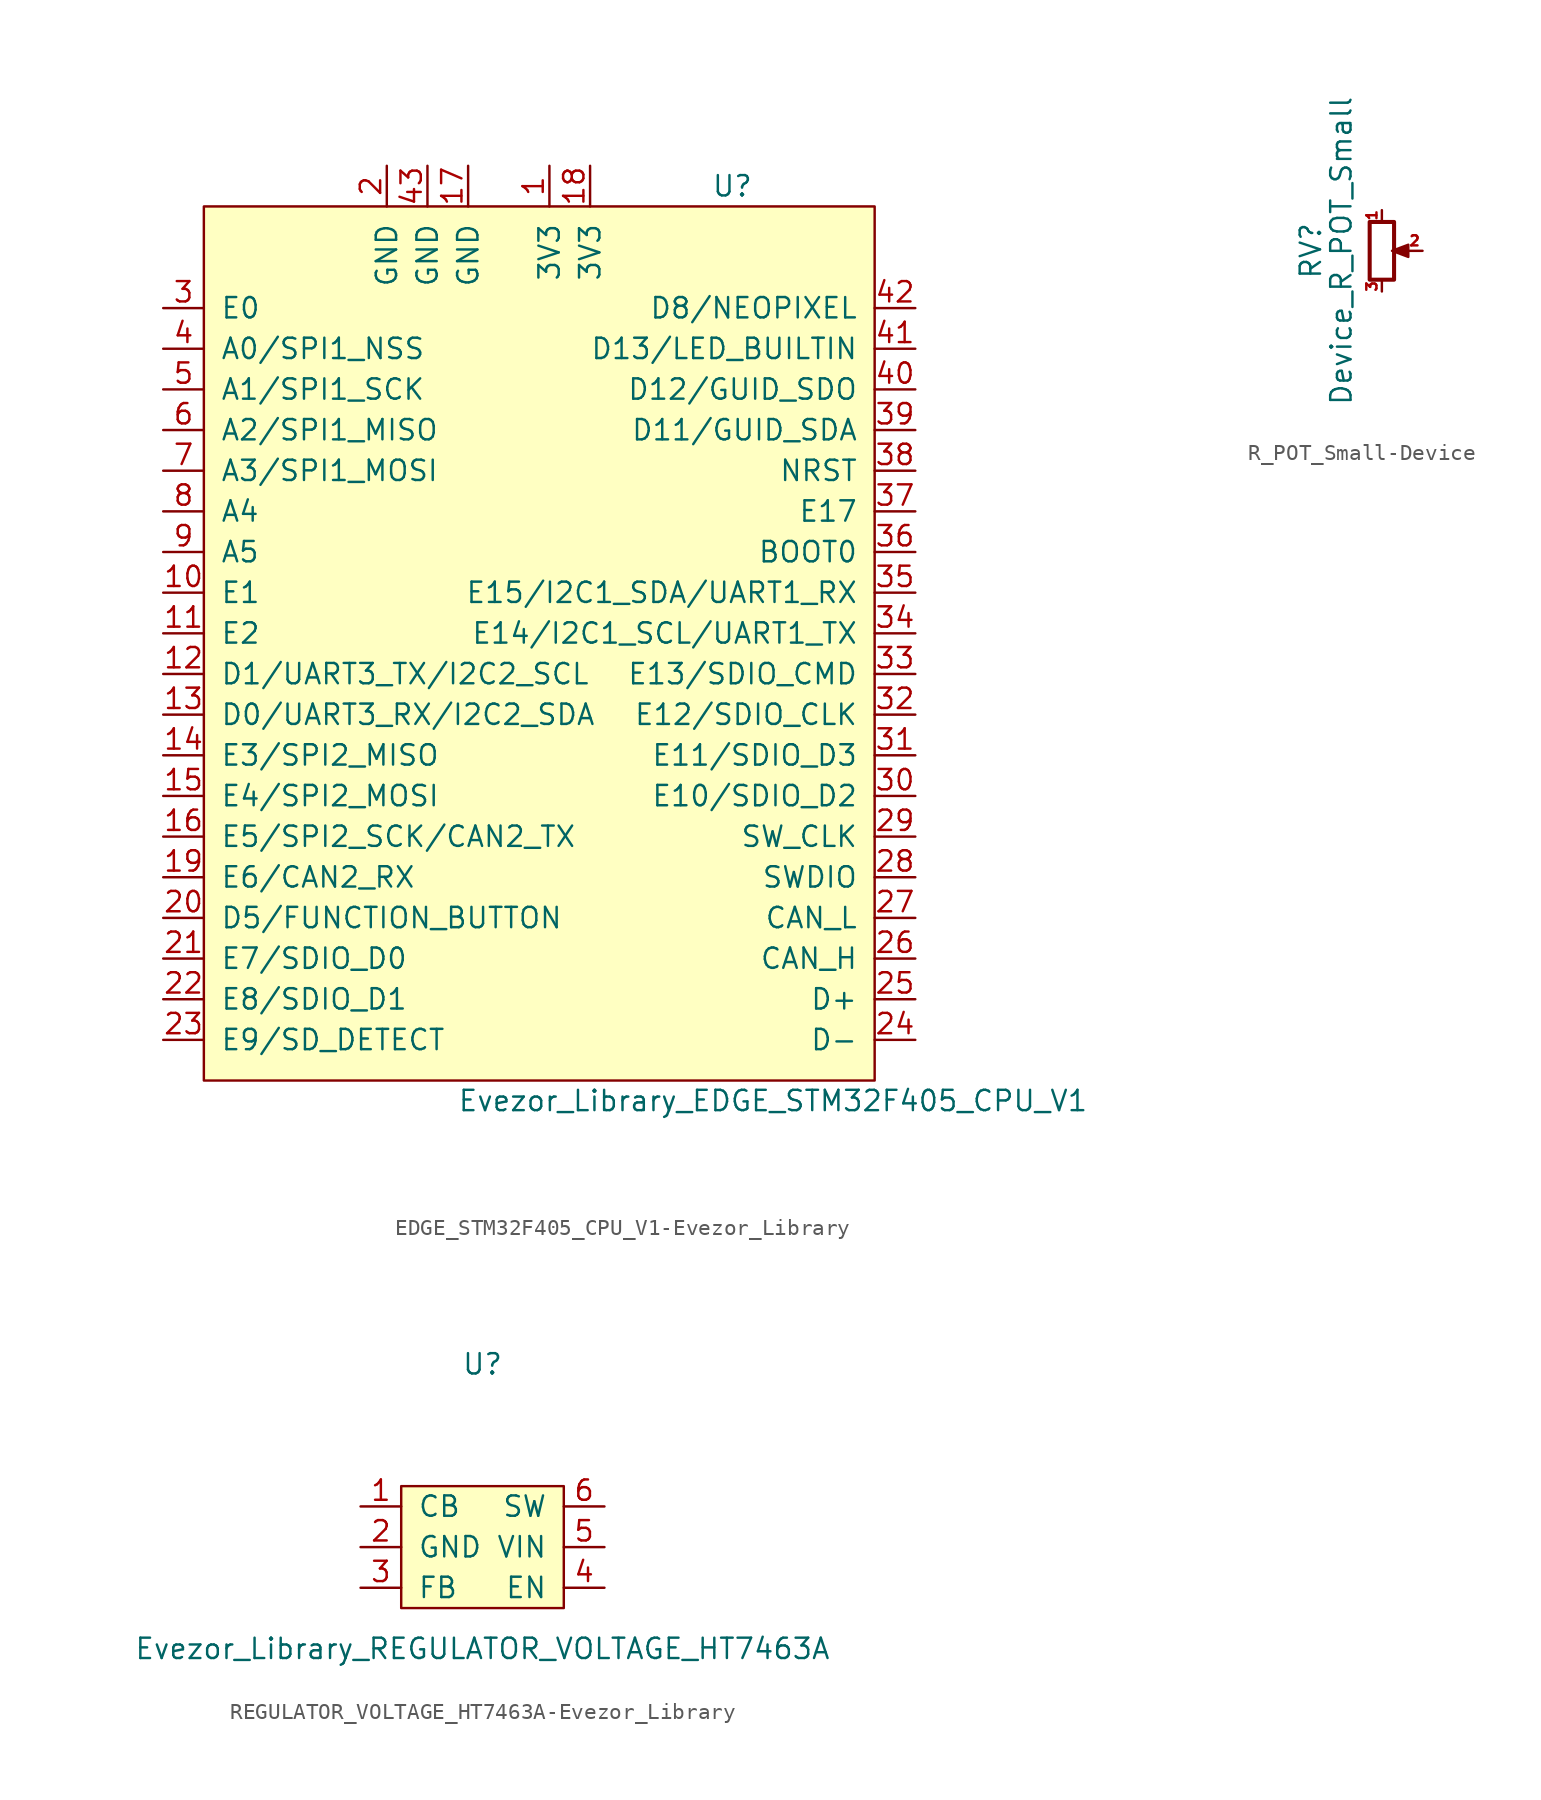
<source format=kicad_sym>
(kicad_symbol_lib
  (version 20220914)
  (generator kicad_symbol_editor)
  (symbol "EDGE_STM32F405_CPU_V1-Evezor_Library"
    (pin_names
      (offset 1.016))
    (property "Reference" "U"
      (at 13.97 15.24 0)
      (effects (font (size 1.27 1.27))))
    (property "Value" "Evezor_Library_EDGE_STM32F405_CPU_V1"
      (at 16.51 -41.91 0)
      (effects (font (size 1.27 1.27))))
    (symbol "EDGE_STM32F405_CPU_V1-Evezor_Library_0_1"
      (rectangle (start -19.05 13.97) (end 22.86 -40.64) (stroke (width 0) (type solid)) (fill (type background))))
    (symbol "EDGE_STM32F405_CPU_V1-Evezor_Library_1_1"
      (pin input line (at 2.54 16.51 270) (length 2.54) (name "3V3" (effects (font (size 1.27 1.27)))) (number "1" (effects (font (size 1.27 1.27)))))
      (pin input line (at -21.59 -10.16 0) (length 2.54) (name "E1" (effects (font (size 1.27 1.27)))) (number "10" (effects (font (size 1.27 1.27)))))
      (pin input line (at -21.59 -12.7 0) (length 2.54) (name "E2" (effects (font (size 1.27 1.27)))) (number "11" (effects (font (size 1.27 1.27)))))
      (pin input line (at -21.59 -15.24 0) (length 2.54) (name "D1/UART3_TX/I2C2_SCL" (effects (font (size 1.27 1.27)))) (number "12" (effects (font (size 1.27 1.27)))))
      (pin input line (at -21.59 -17.78 0) (length 2.54) (name "D0/UART3_RX/I2C2_SDA" (effects (font (size 1.27 1.27)))) (number "13" (effects (font (size 1.27 1.27)))))
      (pin input line (at -21.59 -20.32 0) (length 2.54) (name "E3/SPI2_MISO" (effects (font (size 1.27 1.27)))) (number "14" (effects (font (size 1.27 1.27)))))
      (pin input line (at -21.59 -22.86 0) (length 2.54) (name "E4/SPI2_MOSI" (effects (font (size 1.27 1.27)))) (number "15" (effects (font (size 1.27 1.27)))))
      (pin input line (at -21.59 -25.4 0) (length 2.54) (name "E5/SPI2_SCK/CAN2_TX" (effects (font (size 1.27 1.27)))) (number "16" (effects (font (size 1.27 1.27)))))
      (pin input line (at -2.54 16.51 270) (length 2.54) (name "GND" (effects (font (size 1.27 1.27)))) (number "17" (effects (font (size 1.27 1.27)))))
      (pin input line (at 5.08 16.51 270) (length 2.54) (name "3V3" (effects (font (size 1.27 1.27)))) (number "18" (effects (font (size 1.27 1.27)))))
      (pin input line (at -21.59 -27.94 0) (length 2.54) (name "E6/CAN2_RX" (effects (font (size 1.27 1.27)))) (number "19" (effects (font (size 1.27 1.27)))))
      (pin input line (at -7.62 16.51 270) (length 2.54) (name "GND" (effects (font (size 1.27 1.27)))) (number "2" (effects (font (size 1.27 1.27)))))
      (pin input line (at -21.59 -30.48 0) (length 2.54) (name "D5/FUNCTION_BUTTON" (effects (font (size 1.27 1.27)))) (number "20" (effects (font (size 1.27 1.27)))))
      (pin input line (at -21.59 -33.02 0) (length 2.54) (name "E7/SDIO_D0" (effects (font (size 1.27 1.27)))) (number "21" (effects (font (size 1.27 1.27)))))
      (pin input line (at -21.59 -35.56 0) (length 2.54) (name "E8/SDIO_D1" (effects (font (size 1.27 1.27)))) (number "22" (effects (font (size 1.27 1.27)))))
      (pin input line (at -21.59 -38.1 0) (length 2.54) (name "E9/SD_DETECT" (effects (font (size 1.27 1.27)))) (number "23" (effects (font (size 1.27 1.27)))))
      (pin input line (at 25.4 -38.1 180) (length 2.54) (name "D-" (effects (font (size 1.27 1.27)))) (number "24" (effects (font (size 1.27 1.27)))))
      (pin input line (at 25.4 -35.56 180) (length 2.54) (name "D+" (effects (font (size 1.27 1.27)))) (number "25" (effects (font (size 1.27 1.27)))))
      (pin input line (at 25.4 -33.02 180) (length 2.54) (name "CAN_H" (effects (font (size 1.27 1.27)))) (number "26" (effects (font (size 1.27 1.27)))))
      (pin input line (at 25.4 -30.48 180) (length 2.54) (name "CAN_L" (effects (font (size 1.27 1.27)))) (number "27" (effects (font (size 1.27 1.27)))))
      (pin input line (at 25.4 -27.94 180) (length 2.54) (name "SWDIO" (effects (font (size 1.27 1.27)))) (number "28" (effects (font (size 1.27 1.27)))))
      (pin input line (at 25.4 -25.4 180) (length 2.54) (name "SW_CLK" (effects (font (size 1.27 1.27)))) (number "29" (effects (font (size 1.27 1.27)))))
      (pin input line (at -21.59 7.62 0) (length 2.54) (name "E0" (effects (font (size 1.27 1.27)))) (number "3" (effects (font (size 1.27 1.27)))))
      (pin input line (at 25.4 -22.86 180) (length 2.54) (name "E10/SDIO_D2" (effects (font (size 1.27 1.27)))) (number "30" (effects (font (size 1.27 1.27)))))
      (pin input line (at 25.4 -20.32 180) (length 2.54) (name "E11/SDIO_D3" (effects (font (size 1.27 1.27)))) (number "31" (effects (font (size 1.27 1.27)))))
      (pin input line (at 25.4 -17.78 180) (length 2.54) (name "E12/SDIO_CLK" (effects (font (size 1.27 1.27)))) (number "32" (effects (font (size 1.27 1.27)))))
      (pin input line (at 25.4 -15.24 180) (length 2.54) (name "E13/SDIO_CMD" (effects (font (size 1.27 1.27)))) (number "33" (effects (font (size 1.27 1.27)))))
      (pin input line (at 25.4 -12.7 180) (length 2.54) (name "E14/I2C1_SCL/UART1_TX" (effects (font (size 1.27 1.27)))) (number "34" (effects (font (size 1.27 1.27)))))
      (pin input line (at 25.4 -10.16 180) (length 2.54) (name "E15/I2C1_SDA/UART1_RX" (effects (font (size 1.27 1.27)))) (number "35" (effects (font (size 1.27 1.27)))))
      (pin input line (at 25.4 -7.62 180) (length 2.54) (name "BOOT0" (effects (font (size 1.27 1.27)))) (number "36" (effects (font (size 1.27 1.27)))))
      (pin input line (at 25.4 -5.08 180) (length 2.54) (name "E17" (effects (font (size 1.27 1.27)))) (number "37" (effects (font (size 1.27 1.27)))))
      (pin input line (at 25.4 -2.54 180) (length 2.54) (name "NRST" (effects (font (size 1.27 1.27)))) (number "38" (effects (font (size 1.27 1.27)))))
      (pin input line (at 25.4 0 180) (length 2.54) (name "D11/GUID_SDA" (effects (font (size 1.27 1.27)))) (number "39" (effects (font (size 1.27 1.27)))))
      (pin input line (at -21.59 5.08 0) (length 2.54) (name "A0/SPI1_NSS" (effects (font (size 1.27 1.27)))) (number "4" (effects (font (size 1.27 1.27)))))
      (pin input line (at 25.4 2.54 180) (length 2.54) (name "D12/GUID_SDO" (effects (font (size 1.27 1.27)))) (number "40" (effects (font (size 1.27 1.27)))))
      (pin input line (at 25.4 5.08 180) (length 2.54) (name "D13/LED_BUILTIN" (effects (font (size 1.27 1.27)))) (number "41" (effects (font (size 1.27 1.27)))))
      (pin input line (at 25.4 7.62 180) (length 2.54) (name "D8/NEOPIXEL" (effects (font (size 1.27 1.27)))) (number "42" (effects (font (size 1.27 1.27)))))
      (pin input line (at -5.08 16.51 270) (length 2.54) (name "GND" (effects (font (size 1.27 1.27)))) (number "43" (effects (font (size 1.27 1.27)))))
      (pin input line (at -21.59 2.54 0) (length 2.54) (name "A1/SPI1_SCK" (effects (font (size 1.27 1.27)))) (number "5" (effects (font (size 1.27 1.27)))))
      (pin input line (at -21.59 0 0) (length 2.54) (name "A2/SPI1_MISO" (effects (font (size 1.27 1.27)))) (number "6" (effects (font (size 1.27 1.27)))))
      (pin input line (at -21.59 -2.54 0) (length 2.54) (name "A3/SPI1_MOSI" (effects (font (size 1.27 1.27)))) (number "7" (effects (font (size 1.27 1.27)))))
      (pin input line (at -21.59 -5.08 0) (length 2.54) (name "A4" (effects (font (size 1.27 1.27)))) (number "8" (effects (font (size 1.27 1.27)))))
      (pin input line (at -21.59 -7.62 0) (length 2.54) (name "A5" (effects (font (size 1.27 1.27)))) (number "9" (effects (font (size 1.27 1.27)))))))
  (symbol "R_POT_Small-Device"
    (pin_names
      (offset 1.016) hide)
    (property "Reference" "RV"
      (at -4.445 0 90)
      (effects (font (size 1.27 1.27))))
    (property "Value" "Device_R_POT_Small"
      (at -2.54 0 90)
      (effects (font (size 1.27 1.27))))
    (symbol "R_POT_Small-Device_0_1"
      (polyline (pts (xy 0.889 0) (xy 0.635 0) (xy 1.651 0.381) (xy 1.651 -0.381) (xy 0.635 0) (xy 0.889 0)) (stroke (width 0) (type solid)) (fill (type outline)))
      (rectangle (start 0.762 1.803) (end -0.762 -1.803) (stroke (width 0.254) (type solid)) (fill (type none))))
    (symbol "R_POT_Small-Device_1_1"
      (pin passive line (at 0 2.54 270) (length 0.635) (name "1" (effects (font (size 0.635 0.635)))) (number "1" (effects (font (size 0.635 0.635)))))
      (pin passive line (at 2.54 0 180) (length 0.991) (name "2" (effects (font (size 0.635 0.635)))) (number "2" (effects (font (size 0.635 0.635)))))
      (pin passive line (at 0 -2.54 90) (length 0.635) (name "3" (effects (font (size 0.635 0.635)))) (number "3" (effects (font (size 0.635 0.635)))))))
  (symbol "REGULATOR_VOLTAGE_HT7463A-Evezor_Library"
    (pin_names
      (offset 1.016))
    (property "Reference" "U"
      (at 0 11.43 0)
      (effects (font (size 1.27 1.27))))
    (property "Value" "Evezor_Library_REGULATOR_VOLTAGE_HT7463A"
      (at 0 -6.35 0)
      (effects (font (size 1.27 1.27))))
    (symbol "REGULATOR_VOLTAGE_HT7463A-Evezor_Library_0_1"
      (rectangle (start -5.08 3.81) (end 5.08 -3.81) (stroke (width 0) (type solid)) (fill (type background))))
    (symbol "REGULATOR_VOLTAGE_HT7463A-Evezor_Library_1_1"
      (pin input line (at -7.62 2.54 0) (length 2.54) (name "CB" (effects (font (size 1.27 1.27)))) (number "1" (effects (font (size 1.27 1.27)))))
      (pin input line (at -7.62 0 0) (length 2.54) (name "GND" (effects (font (size 1.27 1.27)))) (number "2" (effects (font (size 1.27 1.27)))))
      (pin input line (at -7.62 -2.54 0) (length 2.54) (name "FB" (effects (font (size 1.27 1.27)))) (number "3" (effects (font (size 1.27 1.27)))))
      (pin input line (at 7.62 -2.54 180) (length 2.54) (name "EN" (effects (font (size 1.27 1.27)))) (number "4" (effects (font (size 1.27 1.27)))))
      (pin input line (at 7.62 0 180) (length 2.54) (name "VIN" (effects (font (size 1.27 1.27)))) (number "5" (effects (font (size 1.27 1.27)))))
      (pin input line (at 7.62 2.54 180) (length 2.54) (name "SW" (effects (font (size 1.27 1.27)))) (number "6" (effects (font (size 1.27 1.27))))))))
</source>
